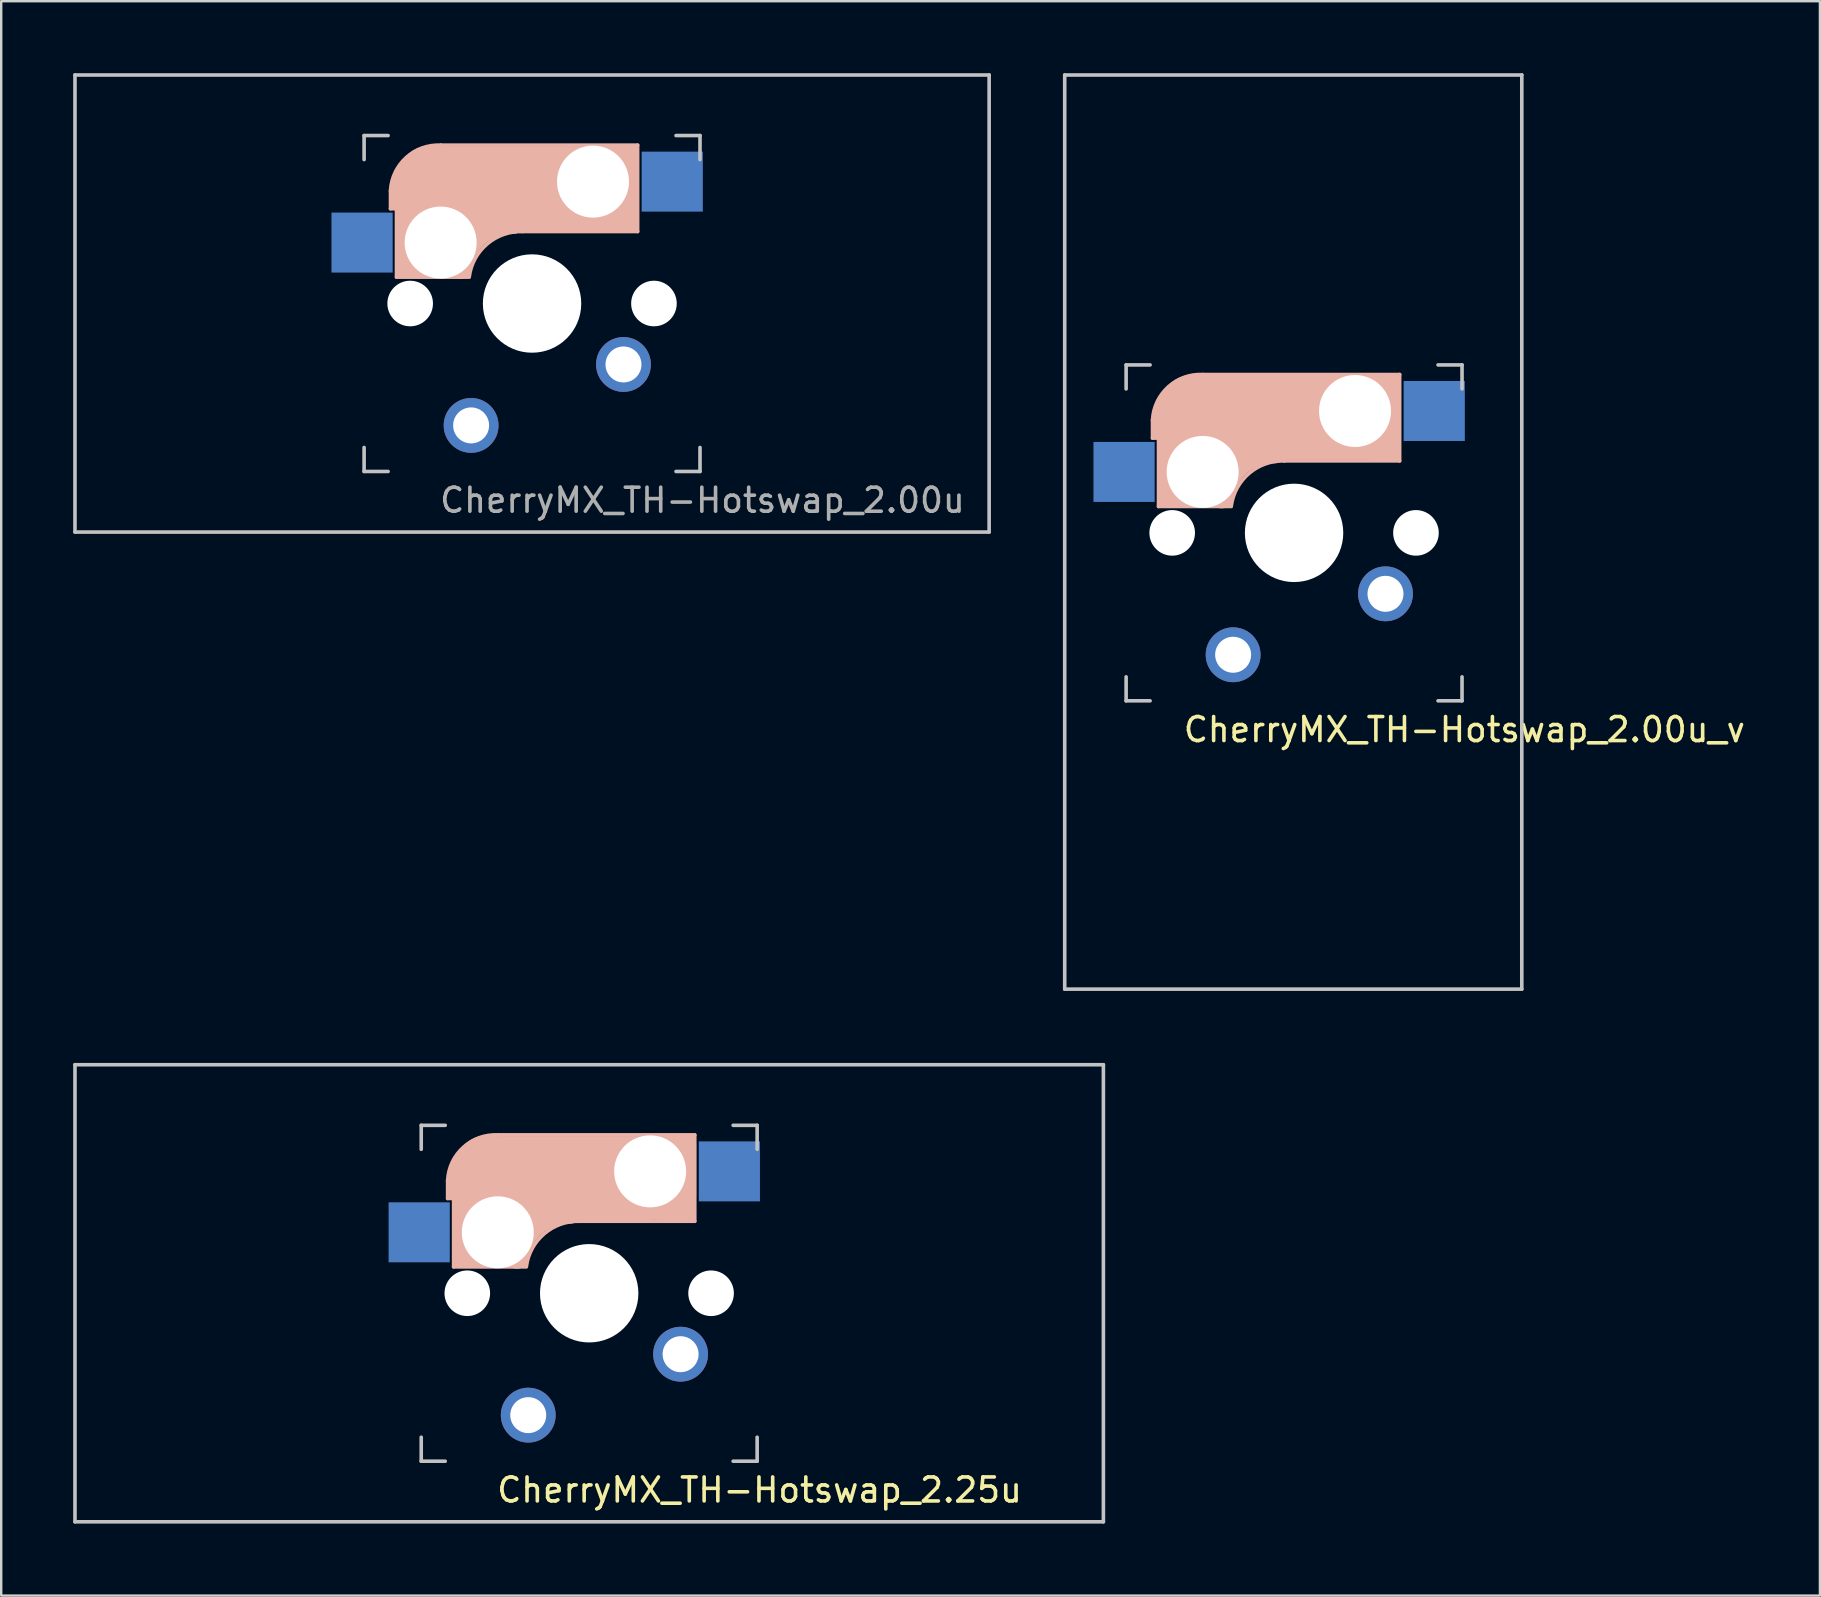
<source format=kicad_pcb>
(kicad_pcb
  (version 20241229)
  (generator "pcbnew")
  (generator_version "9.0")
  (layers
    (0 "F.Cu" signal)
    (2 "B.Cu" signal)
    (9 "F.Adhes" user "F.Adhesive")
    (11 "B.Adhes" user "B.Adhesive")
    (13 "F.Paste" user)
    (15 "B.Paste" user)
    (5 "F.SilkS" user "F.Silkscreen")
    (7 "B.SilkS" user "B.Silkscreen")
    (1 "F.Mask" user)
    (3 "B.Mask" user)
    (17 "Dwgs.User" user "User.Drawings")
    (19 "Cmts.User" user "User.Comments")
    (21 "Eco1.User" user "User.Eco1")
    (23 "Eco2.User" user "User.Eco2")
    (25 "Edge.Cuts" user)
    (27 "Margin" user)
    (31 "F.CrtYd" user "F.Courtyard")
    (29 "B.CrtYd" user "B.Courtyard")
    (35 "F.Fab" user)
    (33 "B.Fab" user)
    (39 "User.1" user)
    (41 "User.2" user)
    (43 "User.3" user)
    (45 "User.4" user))
  (footprint "CherryMX_TH-Hotswap_2.25u"
    (layer "F.Cu")
    (at 21.506 50.85)
    (property "Reference" "CherryMX_TH-Hotswap_2.25u" (at 7.1 8.2 0) (layer "F.SilkS") (effects (font (size 1 1) (thickness 0.15))))
    (attr through_hole)
    (fp_line (start -5.9 -4.7) (end -5.9 -3.95) (stroke (width 0.15) (type solid)) (layer "B.SilkS"))
    (fp_line (start -5.9 -3.95) (end -5.7 -3.95) (stroke (width 0.15) (type solid)) (layer "B.SilkS"))
    (fp_line (start -5.8 -4.05) (end -5.8 -4.7) (stroke (width 0.3) (type solid)) (layer "B.SilkS"))
    (fp_line (start -5.65 -5.55) (end -5.65 -1.1) (stroke (width 0.15) (type solid)) (layer "B.SilkS"))
    (fp_line (start -5.65 -1.1) (end -2.62 -1.1) (stroke (width 0.15) (type solid)) (layer "B.SilkS"))
    (fp_line (start -5.45 -1.3) (end -3 -1.3) (stroke (width 0.5) (type solid)) (layer "B.SilkS"))
    (fp_line (start -5.3 -1.6) (end -5.3 -3.4) (stroke (width 0.8) (type solid)) (layer "B.SilkS"))
    (fp_line (start -4.17 -5.1) (end -4.17 -2.86) (stroke (width 3) (type solid)) (layer "B.SilkS"))
    (fp_line (start -0.4 -3) (end 4.4 -3) (stroke (width 0.15) (type solid)) (layer "B.SilkS"))
    (fp_line (start 2.6 -4.8) (end -4.1 -4.8) (stroke (width 3.5) (type solid)) (layer "B.SilkS"))
    (fp_line (start 3.9 -6) (end 3.9 -3.5) (stroke (width 1) (type solid)) (layer "B.SilkS"))
    (fp_line (start 4.2 -3.25) (end 2.9 -3.3) (stroke (width 0.5) (type solid)) (layer "B.SilkS"))
    (fp_line (start 4.25 -6.4) (end 3 -6.4) (stroke (width 0.4) (type solid)) (layer "B.SilkS"))
    (fp_line (start 4.38 -4) (end 4.38 -6.25) (stroke (width 0.15) (type solid)) (layer "B.SilkS"))
    (fp_line (start 4.4 -6.6) (end -3.8 -6.6) (stroke (width 0.15) (type solid)) (layer "B.SilkS"))
    (fp_line (start 4.4 -3) (end 4.4 -6.6) (stroke (width 0.15) (type solid)) (layer "B.SilkS"))
    (fp_arc (start -5.9 -4.699999) (mid -5.243504 -6.084924) (end -3.800001 -6.6) (stroke (width 0.15) (type solid)) (layer "B.SilkS"))
    (fp_arc (start -3.016318 -1.521471) (mid -2.268709 -2.886118) (end -0.8 -3.4) (stroke (width 1) (type solid)) (layer "B.SilkS"))
    (fp_arc (start -2.616318 -1.121471) (mid -1.868709 -2.486118) (end -0.4 -3) (stroke (width 0.15) (type solid)) (layer "B.SilkS"))
    (fp_line (start -21.431 -9.525) (end 21.431 -9.525) (stroke (width 0.15) (type solid)) (layer "Dwgs.User"))
    (fp_line (start -21.431 9.525) (end -21.431 -9.525) (stroke (width 0.15) (type solid)) (layer "Dwgs.User"))
    (fp_line (start -7 -7) (end -6 -7) (stroke (width 0.15) (type solid)) (layer "Dwgs.User"))
    (fp_line (start -7 -6) (end -7 -7) (stroke (width 0.15) (type solid)) (layer "Dwgs.User"))
    (fp_line (start -7 6) (end -7 7) (stroke (width 0.15) (type solid)) (layer "Dwgs.User"))
    (fp_line (start -7 7) (end -6 7) (stroke (width 0.15) (type solid)) (layer "Dwgs.User"))
    (fp_line (start 6 7) (end 7 7) (stroke (width 0.15) (type solid)) (layer "Dwgs.User"))
    (fp_line (start 7 -7) (end 6 -7) (stroke (width 0.15) (type solid)) (layer "Dwgs.User"))
    (fp_line (start 7 -7) (end 7 -6) (stroke (width 0.15) (type solid)) (layer "Dwgs.User"))
    (fp_line (start 7 7) (end 7 6) (stroke (width 0.15) (type solid)) (layer "Dwgs.User"))
    (fp_line (start 21.431 -9.525) (end 21.431 9.525) (stroke (width 0.15) (type solid)) (layer "Dwgs.User"))
    (fp_line (start 21.431 9.525) (end -21.431 9.525) (stroke (width 0.15) (type solid)) (layer "Dwgs.User"))
    (pad "" np_thru_hole circle (at -5.08 0) (size 1.9 1.9) (drill 1.9) (layers "*.Cu" "*.Mask"))
    (pad "" np_thru_hole circle (at -3.81 -2.54) (size 3 3) (drill 3) (layers "*.Cu" "*.Mask"))
    (pad "" np_thru_hole circle (at 0 0 90) (size 4.1 4.1) (drill 4.1) (layers "*.Cu" "*.Mask"))
    (pad "" np_thru_hole circle (at 2.54 -5.08) (size 3 3) (drill 3) (layers "*.Cu" "*.Mask"))
    (pad "" np_thru_hole circle (at 5.08 0) (size 1.9 1.9) (drill 1.9) (layers "*.Cu" "*.Mask"))
    (pad "1" smd rect (at -7.085 -2.54 180) (size 2.55 2.5) (layers "B.Cu" "B.Mask" "B.Paste"))
    (pad "1" thru_hole circle (at -2.54 5.08 180) (size 2.286 2.286) (drill 1.499) (layers "*.Cu" "*.Mask"))
    (pad "2" thru_hole circle (at 3.81 2.54 180) (size 2.286 2.286) (drill 1.499) (layers "*.Cu" "*.Mask"))
    (pad "2" smd rect (at 5.842 -5.08 180) (size 2.55 2.5) (layers "B.Cu" "B.Mask" "B.Paste")))
  (footprint "CherryMX_TH-Hotswap_2.00u"
    (layer "F.Cu")
    (at 19.125 9.6)
    (property "Reference" "CherryMX_TH-Hotswap_2.00u" (at 7.1 8.2 0) (layer "F.Fab") (effects (font (size 1 1) (thickness 0.15))))
    (attr through_hole)
    (fp_line (start -5.9 -4.7) (end -5.9 -3.95) (stroke (width 0.15) (type solid)) (layer "B.SilkS"))
    (fp_line (start -5.9 -3.95) (end -5.7 -3.95) (stroke (width 0.15) (type solid)) (layer "B.SilkS"))
    (fp_line (start -5.8 -4.05) (end -5.8 -4.7) (stroke (width 0.3) (type solid)) (layer "B.SilkS"))
    (fp_line (start -5.65 -5.55) (end -5.65 -1.1) (stroke (width 0.15) (type solid)) (layer "B.SilkS"))
    (fp_line (start -5.65 -1.1) (end -2.62 -1.1) (stroke (width 0.15) (type solid)) (layer "B.SilkS"))
    (fp_line (start -5.45 -1.3) (end -3 -1.3) (stroke (width 0.5) (type solid)) (layer "B.SilkS"))
    (fp_line (start -5.3 -1.6) (end -5.3 -3.4) (stroke (width 0.8) (type solid)) (layer "B.SilkS"))
    (fp_line (start -4.17 -5.1) (end -4.17 -2.86) (stroke (width 3) (type solid)) (layer "B.SilkS"))
    (fp_line (start -0.4 -3) (end 4.4 -3) (stroke (width 0.15) (type solid)) (layer "B.SilkS"))
    (fp_line (start 2.6 -4.8) (end -4.1 -4.8) (stroke (width 3.5) (type solid)) (layer "B.SilkS"))
    (fp_line (start 3.9 -6) (end 3.9 -3.5) (stroke (width 1) (type solid)) (layer "B.SilkS"))
    (fp_line (start 4.2 -3.25) (end 2.9 -3.3) (stroke (width 0.5) (type solid)) (layer "B.SilkS"))
    (fp_line (start 4.25 -6.4) (end 3 -6.4) (stroke (width 0.4) (type solid)) (layer "B.SilkS"))
    (fp_line (start 4.38 -4) (end 4.38 -6.25) (stroke (width 0.15) (type solid)) (layer "B.SilkS"))
    (fp_line (start 4.4 -6.6) (end -3.8 -6.6) (stroke (width 0.15) (type solid)) (layer "B.SilkS"))
    (fp_line (start 4.4 -3) (end 4.4 -6.6) (stroke (width 0.15) (type solid)) (layer "B.SilkS"))
    (fp_arc (start -5.9 -4.699999) (mid -5.243504 -6.084924) (end -3.800001 -6.6) (stroke (width 0.15) (type solid)) (layer "B.SilkS"))
    (fp_arc (start -3.016318 -1.521471) (mid -2.268709 -2.886118) (end -0.8 -3.4) (stroke (width 1) (type solid)) (layer "B.SilkS"))
    (fp_arc (start -2.616318 -1.121471) (mid -1.868709 -2.486118) (end -0.4 -3) (stroke (width 0.15) (type solid)) (layer "B.SilkS"))
    (fp_line (start -19.05 -9.525) (end 19.05 -9.525) (stroke (width 0.15) (type solid)) (layer "Dwgs.User"))
    (fp_line (start -19.05 9.525) (end -19.05 -9.525) (stroke (width 0.15) (type solid)) (layer "Dwgs.User"))
    (fp_line (start -7 -7) (end -6 -7) (stroke (width 0.15) (type solid)) (layer "Dwgs.User"))
    (fp_line (start -7 -6) (end -7 -7) (stroke (width 0.15) (type solid)) (layer "Dwgs.User"))
    (fp_line (start -7 6) (end -7 7) (stroke (width 0.15) (type solid)) (layer "Dwgs.User"))
    (fp_line (start -7 7) (end -6 7) (stroke (width 0.15) (type solid)) (layer "Dwgs.User"))
    (fp_line (start 6 7) (end 7 7) (stroke (width 0.15) (type solid)) (layer "Dwgs.User"))
    (fp_line (start 7 -7) (end 6 -7) (stroke (width 0.15) (type solid)) (layer "Dwgs.User"))
    (fp_line (start 7 -7) (end 7 -6) (stroke (width 0.15) (type solid)) (layer "Dwgs.User"))
    (fp_line (start 7 7) (end 7 6) (stroke (width 0.15) (type solid)) (layer "Dwgs.User"))
    (fp_line (start 19.05 -9.525) (end 19.05 9.525) (stroke (width 0.15) (type solid)) (layer "Dwgs.User"))
    (fp_line (start 19.05 9.525) (end -19.05 9.525) (stroke (width 0.15) (type solid)) (layer "Dwgs.User"))
    (pad "" np_thru_hole circle (at -5.08 0) (size 1.9 1.9) (drill 1.9) (layers "*.Cu" "*.Mask"))
    (pad "" np_thru_hole circle (at -3.81 -2.54) (size 3 3) (drill 3) (layers "*.Cu" "*.Mask"))
    (pad "" np_thru_hole circle (at 0 0 90) (size 4.1 4.1) (drill 4.1) (layers "*.Cu" "*.Mask"))
    (pad "" np_thru_hole circle (at 2.54 -5.08) (size 3 3) (drill 3) (layers "*.Cu" "*.Mask"))
    (pad "" np_thru_hole circle (at 5.08 0) (size 1.9 1.9) (drill 1.9) (layers "*.Cu" "*.Mask"))
    (pad "1" smd rect (at -7.085 -2.54 180) (size 2.55 2.5) (layers "B.Cu" "B.Mask" "B.Paste"))
    (pad "1" thru_hole circle (at -2.54 5.08 180) (size 2.286 2.286) (drill 1.499) (layers "*.Cu" "*.Mask"))
    (pad "2" thru_hole circle (at 3.81 2.54 180) (size 2.286 2.286) (drill 1.499) (layers "*.Cu" "*.Mask"))
    (pad "2" smd rect (at 5.842 -5.08 180) (size 2.55 2.5) (layers "B.Cu" "B.Mask" "B.Paste")))
  (footprint "CherryMX_TH-Hotswap_2.00u_v"
    (layer "F.Cu")
    (at 50.884 19.159)
    (property "Reference" "CherryMX_TH-Hotswap_2.00u_v" (at 7.1 8.2 0) (layer "F.SilkS") (effects (font (size 1 1) (thickness 0.15))))
    (attr through_hole)
    (fp_line (start -5.9 -4.7) (end -5.9 -3.95) (stroke (width 0.15) (type solid)) (layer "B.SilkS"))
    (fp_line (start -5.9 -3.95) (end -5.7 -3.95) (stroke (width 0.15) (type solid)) (layer "B.SilkS"))
    (fp_line (start -5.8 -4.05) (end -5.8 -4.7) (stroke (width 0.3) (type solid)) (layer "B.SilkS"))
    (fp_line (start -5.65 -5.55) (end -5.65 -1.1) (stroke (width 0.15) (type solid)) (layer "B.SilkS"))
    (fp_line (start -5.65 -1.1) (end -2.62 -1.1) (stroke (width 0.15) (type solid)) (layer "B.SilkS"))
    (fp_line (start -5.45 -1.3) (end -3 -1.3) (stroke (width 0.5) (type solid)) (layer "B.SilkS"))
    (fp_line (start -5.3 -1.6) (end -5.3 -3.4) (stroke (width 0.8) (type solid)) (layer "B.SilkS"))
    (fp_line (start -4.17 -5.1) (end -4.17 -2.86) (stroke (width 3) (type solid)) (layer "B.SilkS"))
    (fp_line (start -0.4 -3) (end 4.4 -3) (stroke (width 0.15) (type solid)) (layer "B.SilkS"))
    (fp_line (start 2.6 -4.8) (end -4.1 -4.8) (stroke (width 3.5) (type solid)) (layer "B.SilkS"))
    (fp_line (start 3.9 -6) (end 3.9 -3.5) (stroke (width 1) (type solid)) (layer "B.SilkS"))
    (fp_line (start 4.2 -3.25) (end 2.9 -3.3) (stroke (width 0.5) (type solid)) (layer "B.SilkS"))
    (fp_line (start 4.25 -6.4) (end 3 -6.4) (stroke (width 0.4) (type solid)) (layer "B.SilkS"))
    (fp_line (start 4.38 -4) (end 4.38 -6.25) (stroke (width 0.15) (type solid)) (layer "B.SilkS"))
    (fp_line (start 4.4 -6.6) (end -3.8 -6.6) (stroke (width 0.15) (type solid)) (layer "B.SilkS"))
    (fp_line (start 4.4 -3) (end 4.4 -6.6) (stroke (width 0.15) (type solid)) (layer "B.SilkS"))
    (fp_arc (start -5.9 -4.699999) (mid -5.243504 -6.084924) (end -3.800001 -6.6) (stroke (width 0.15) (type solid)) (layer "B.SilkS"))
    (fp_arc (start -3.016318 -1.521471) (mid -2.268709 -2.886118) (end -0.8 -3.4) (stroke (width 1) (type solid)) (layer "B.SilkS"))
    (fp_arc (start -2.616318 -1.121471) (mid -1.868709 -2.486118) (end -0.4 -3) (stroke (width 0.15) (type solid)) (layer "B.SilkS"))
    (fp_line (start -9.559 -19.084) (end 9.491 -19.084) (stroke (width 0.15) (type solid)) (layer "Dwgs.User"))
    (fp_line (start -9.559 19.016) (end -9.559 -19.084) (stroke (width 0.15) (type solid)) (layer "Dwgs.User"))
    (fp_line (start -7 -7) (end -6 -7) (stroke (width 0.15) (type solid)) (layer "Dwgs.User"))
    (fp_line (start -7 -6) (end -7 -7) (stroke (width 0.15) (type solid)) (layer "Dwgs.User"))
    (fp_line (start -7 6) (end -7 7) (stroke (width 0.15) (type solid)) (layer "Dwgs.User"))
    (fp_line (start -7 7) (end -6 7) (stroke (width 0.15) (type solid)) (layer "Dwgs.User"))
    (fp_line (start 6 7) (end 7 7) (stroke (width 0.15) (type solid)) (layer "Dwgs.User"))
    (fp_line (start 7 -7) (end 6 -7) (stroke (width 0.15) (type solid)) (layer "Dwgs.User"))
    (fp_line (start 7 -7) (end 7 -6) (stroke (width 0.15) (type solid)) (layer "Dwgs.User"))
    (fp_line (start 7 7) (end 7 6) (stroke (width 0.15) (type solid)) (layer "Dwgs.User"))
    (fp_line (start 9.491 -19.084) (end 9.491 19.016) (stroke (width 0.15) (type solid)) (layer "Dwgs.User"))
    (fp_line (start 9.491 19.016) (end -9.559 19.016) (stroke (width 0.15) (type solid)) (layer "Dwgs.User"))
    (pad "" np_thru_hole circle (at -5.08 0) (size 1.9 1.9) (drill 1.9) (layers "*.Cu" "*.Mask"))
    (pad "" np_thru_hole circle (at -3.81 -2.54) (size 3 3) (drill 3) (layers "*.Cu" "*.Mask"))
    (pad "" np_thru_hole circle (at 0 0 90) (size 4.1 4.1) (drill 4.1) (layers "*.Cu" "*.Mask"))
    (pad "" np_thru_hole circle (at 2.54 -5.08) (size 3 3) (drill 3) (layers "*.Cu" "*.Mask"))
    (pad "" np_thru_hole circle (at 5.08 0) (size 1.9 1.9) (drill 1.9) (layers "*.Cu" "*.Mask"))
    (pad "1" smd rect (at -7.085 -2.54 180) (size 2.55 2.5) (layers "B.Cu" "B.Mask" "B.Paste"))
    (pad "1" thru_hole circle (at -2.54 5.08 180) (size 2.286 2.286) (drill 1.499) (layers "*.Cu" "*.Mask"))
    (pad "2" thru_hole circle (at 3.81 2.54 180) (size 2.286 2.286) (drill 1.499) (layers "*.Cu" "*.Mask"))
    (pad "2" smd rect (at 5.842 -5.08 180) (size 2.55 2.5) (layers "B.Cu" "B.Mask" "B.Paste")))
  (gr_rect
    (start -3 -3)
    (end 72.8 63.45)
    (stroke (width 0.1) (type default))
    (fill no)
    (layer "Edge.Cuts")))
</source>
